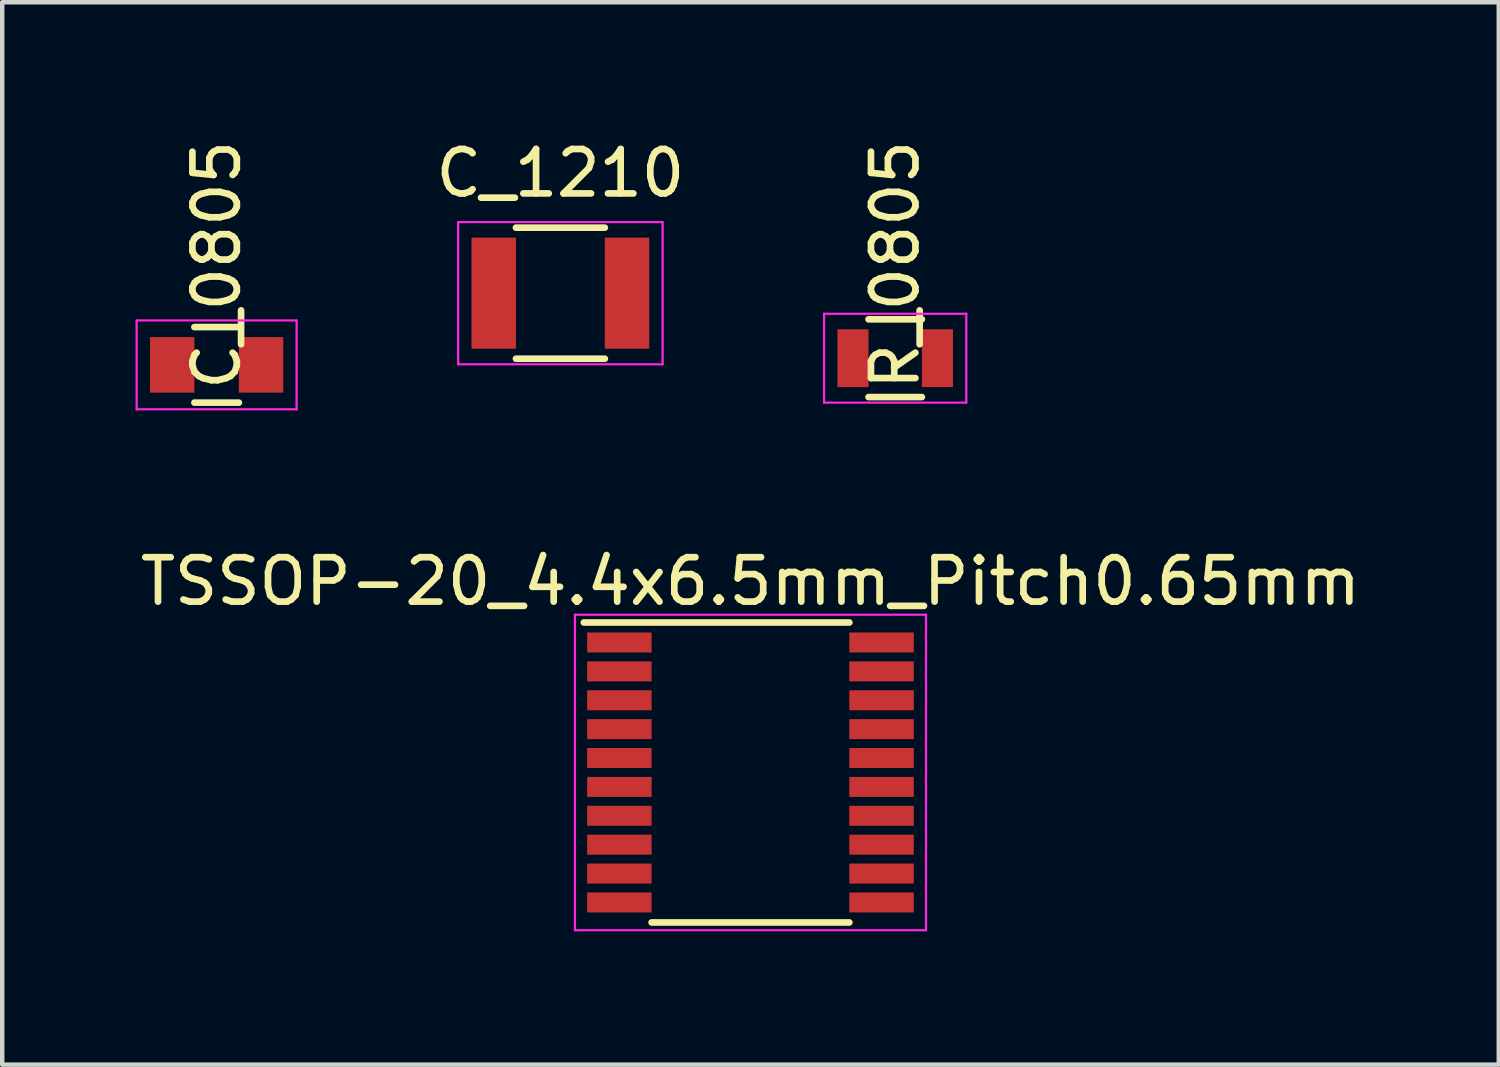
<source format=kicad_pcb>
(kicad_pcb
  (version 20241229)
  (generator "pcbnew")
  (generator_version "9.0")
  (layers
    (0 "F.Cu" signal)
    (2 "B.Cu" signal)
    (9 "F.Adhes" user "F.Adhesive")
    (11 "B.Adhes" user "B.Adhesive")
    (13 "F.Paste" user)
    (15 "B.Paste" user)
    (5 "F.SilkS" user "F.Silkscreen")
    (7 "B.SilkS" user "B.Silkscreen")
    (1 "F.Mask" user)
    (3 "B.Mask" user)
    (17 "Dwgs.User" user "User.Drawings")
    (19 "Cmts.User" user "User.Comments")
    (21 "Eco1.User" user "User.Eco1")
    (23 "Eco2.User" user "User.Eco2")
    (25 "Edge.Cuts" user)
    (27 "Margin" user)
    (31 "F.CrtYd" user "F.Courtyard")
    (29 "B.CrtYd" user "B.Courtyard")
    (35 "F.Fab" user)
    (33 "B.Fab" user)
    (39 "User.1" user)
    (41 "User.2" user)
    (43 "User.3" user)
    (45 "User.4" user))
  (footprint "R_0805"
    (layer "F.Cu")
    (at 17.096 5.011)
    (property "Reference" "R_0805" (at 0 -2.1 270) (layer "F.SilkS") (effects (font (size 1 1) (thickness 0.15))))
    (attr smd)
    (fp_line (start -0.6 -0.875) (end 0.6 -0.875) (stroke (width 0.15) (type solid)) (layer "F.SilkS"))
    (fp_line (start 0.6 0.875) (end -0.6 0.875) (stroke (width 0.15) (type solid)) (layer "F.SilkS"))
    (fp_line (start -1.6 -1) (end -1.6 1) (stroke (width 0.05) (type solid)) (layer "F.CrtYd"))
    (fp_line (start -1.6 -1) (end 1.6 -1) (stroke (width 0.05) (type solid)) (layer "F.CrtYd"))
    (fp_line (start -1.6 1) (end 1.6 1) (stroke (width 0.05) (type solid)) (layer "F.CrtYd"))
    (fp_line (start 1.6 -1) (end 1.6 1) (stroke (width 0.05) (type solid)) (layer "F.CrtYd"))
    (pad "1" smd rect (at -0.95 0) (size 0.7 1.3) (layers "F.Cu" "F.Mask" "F.Paste"))
    (pad "2" smd rect (at 0.95 0) (size 0.7 1.3) (layers "F.Cu" "F.Mask" "F.Paste")))
  (footprint "C_1210"
    (layer "F.Cu")
    (at 9.561 3.548)
    (property "Reference" "C_1210" (at 0 -2.7 0) (layer "F.SilkS") (effects (font (size 1 1) (thickness 0.15))))
    (attr smd)
    (fp_line (start -1 1.475) (end 1 1.475) (stroke (width 0.15) (type solid)) (layer "F.SilkS"))
    (fp_line (start 1 -1.475) (end -1 -1.475) (stroke (width 0.15) (type solid)) (layer "F.SilkS"))
    (fp_line (start -2.3 -1.6) (end -2.3 1.6) (stroke (width 0.05) (type solid)) (layer "F.CrtYd"))
    (fp_line (start -2.3 -1.6) (end 2.3 -1.6) (stroke (width 0.05) (type solid)) (layer "F.CrtYd"))
    (fp_line (start -2.3 1.6) (end 2.3 1.6) (stroke (width 0.05) (type solid)) (layer "F.CrtYd"))
    (fp_line (start 2.3 -1.6) (end 2.3 1.6) (stroke (width 0.05) (type solid)) (layer "F.CrtYd"))
    (pad "1" smd rect (at -1.5 0) (size 1 2.5) (layers "F.Cu" "F.Mask" "F.Paste"))
    (pad "2" smd rect (at 1.5 0) (size 1 2.5) (layers "F.Cu" "F.Mask" "F.Paste")))
  (footprint "C_0805"
    (layer "F.Cu")
    (at 1.825 5.161)
    (property "Reference" "C_0805" (at 0 -2.25 270) (layer "F.SilkS") (effects (font (size 1 1) (thickness 0.15))))
    (attr smd)
    (fp_line (start -0.5 0.85) (end 0.5 0.85) (stroke (width 0.15) (type solid)) (layer "F.SilkS"))
    (fp_line (start 0.5 -0.85) (end -0.5 -0.85) (stroke (width 0.15) (type solid)) (layer "F.SilkS"))
    (fp_line (start -1.8 -1) (end -1.8 1) (stroke (width 0.05) (type solid)) (layer "F.CrtYd"))
    (fp_line (start -1.8 -1) (end 1.8 -1) (stroke (width 0.05) (type solid)) (layer "F.CrtYd"))
    (fp_line (start -1.8 1) (end 1.8 1) (stroke (width 0.05) (type solid)) (layer "F.CrtYd"))
    (fp_line (start 1.8 -1) (end 1.8 1) (stroke (width 0.05) (type solid)) (layer "F.CrtYd"))
    (pad "1" smd rect (at -1 0) (size 1 1.25) (layers "F.Cu" "F.Mask" "F.Paste"))
    (pad "2" smd rect (at 1 0) (size 1 1.25) (layers "F.Cu" "F.Mask" "F.Paste")))
  (footprint "TSSOP-20_4.4x6.5mm_Pitch0.65mm"
    (layer "F.Cu")
    (at 13.839 14.334)
    (property "Reference" "TSSOP-20_4.4x6.5mm_Pitch0.65mm" (at 0 -4.3 0) (layer "F.SilkS") (effects (font (size 1 1) (thickness 0.15))))
    (attr smd)
    (fp_line (start -3.75 -3.375) (end 2.225 -3.375) (stroke (width 0.15) (type solid)) (layer "F.SilkS"))
    (fp_line (start -2.225 3.375) (end 2.225 3.375) (stroke (width 0.15) (type solid)) (layer "F.SilkS"))
    (fp_line (start -3.95 -3.55) (end -3.95 3.55) (stroke (width 0.05) (type solid)) (layer "F.CrtYd"))
    (fp_line (start -3.95 -3.55) (end 3.95 -3.55) (stroke (width 0.05) (type solid)) (layer "F.CrtYd"))
    (fp_line (start -3.95 3.55) (end 3.95 3.55) (stroke (width 0.05) (type solid)) (layer "F.CrtYd"))
    (fp_line (start 3.95 -3.55) (end 3.95 3.55) (stroke (width 0.05) (type solid)) (layer "F.CrtYd"))
    (pad "1" smd rect (at -2.95 -2.925) (size 1.45 0.45) (layers "F.Cu" "F.Mask" "F.Paste"))
    (pad "2" smd rect (at -2.95 -2.275) (size 1.45 0.45) (layers "F.Cu" "F.Mask" "F.Paste"))
    (pad "3" smd rect (at -2.95 -1.625) (size 1.45 0.45) (layers "F.Cu" "F.Mask" "F.Paste"))
    (pad "4" smd rect (at -2.95 -0.975) (size 1.45 0.45) (layers "F.Cu" "F.Mask" "F.Paste"))
    (pad "5" smd rect (at -2.95 -0.325) (size 1.45 0.45) (layers "F.Cu" "F.Mask" "F.Paste"))
    (pad "6" smd rect (at -2.95 0.325) (size 1.45 0.45) (layers "F.Cu" "F.Mask" "F.Paste"))
    (pad "7" smd rect (at -2.95 0.975) (size 1.45 0.45) (layers "F.Cu" "F.Mask" "F.Paste"))
    (pad "8" smd rect (at -2.95 1.625) (size 1.45 0.45) (layers "F.Cu" "F.Mask" "F.Paste"))
    (pad "9" smd rect (at -2.95 2.275) (size 1.45 0.45) (layers "F.Cu" "F.Mask" "F.Paste"))
    (pad "10" smd rect (at -2.95 2.925) (size 1.45 0.45) (layers "F.Cu" "F.Mask" "F.Paste"))
    (pad "11" smd rect (at 2.95 2.925) (size 1.45 0.45) (layers "F.Cu" "F.Mask" "F.Paste"))
    (pad "12" smd rect (at 2.95 2.275) (size 1.45 0.45) (layers "F.Cu" "F.Mask" "F.Paste"))
    (pad "13" smd rect (at 2.95 1.625) (size 1.45 0.45) (layers "F.Cu" "F.Mask" "F.Paste"))
    (pad "14" smd rect (at 2.95 0.975) (size 1.45 0.45) (layers "F.Cu" "F.Mask" "F.Paste"))
    (pad "15" smd rect (at 2.95 0.325) (size 1.45 0.45) (layers "F.Cu" "F.Mask" "F.Paste"))
    (pad "16" smd rect (at 2.95 -0.325) (size 1.45 0.45) (layers "F.Cu" "F.Mask" "F.Paste"))
    (pad "17" smd rect (at 2.95 -0.975) (size 1.45 0.45) (layers "F.Cu" "F.Mask" "F.Paste"))
    (pad "18" smd rect (at 2.95 -1.625) (size 1.45 0.45) (layers "F.Cu" "F.Mask" "F.Paste"))
    (pad "19" smd rect (at 2.95 -2.275) (size 1.45 0.45) (layers "F.Cu" "F.Mask" "F.Paste"))
    (pad "20" smd rect (at 2.95 -2.925) (size 1.45 0.45) (layers "F.Cu" "F.Mask" "F.Paste")))
  (gr_rect
    (start -3 -3)
    (end 30.679 20.909)
    (stroke (width 0.1) (type default))
    (fill no)
    (layer "Edge.Cuts")))
</source>
